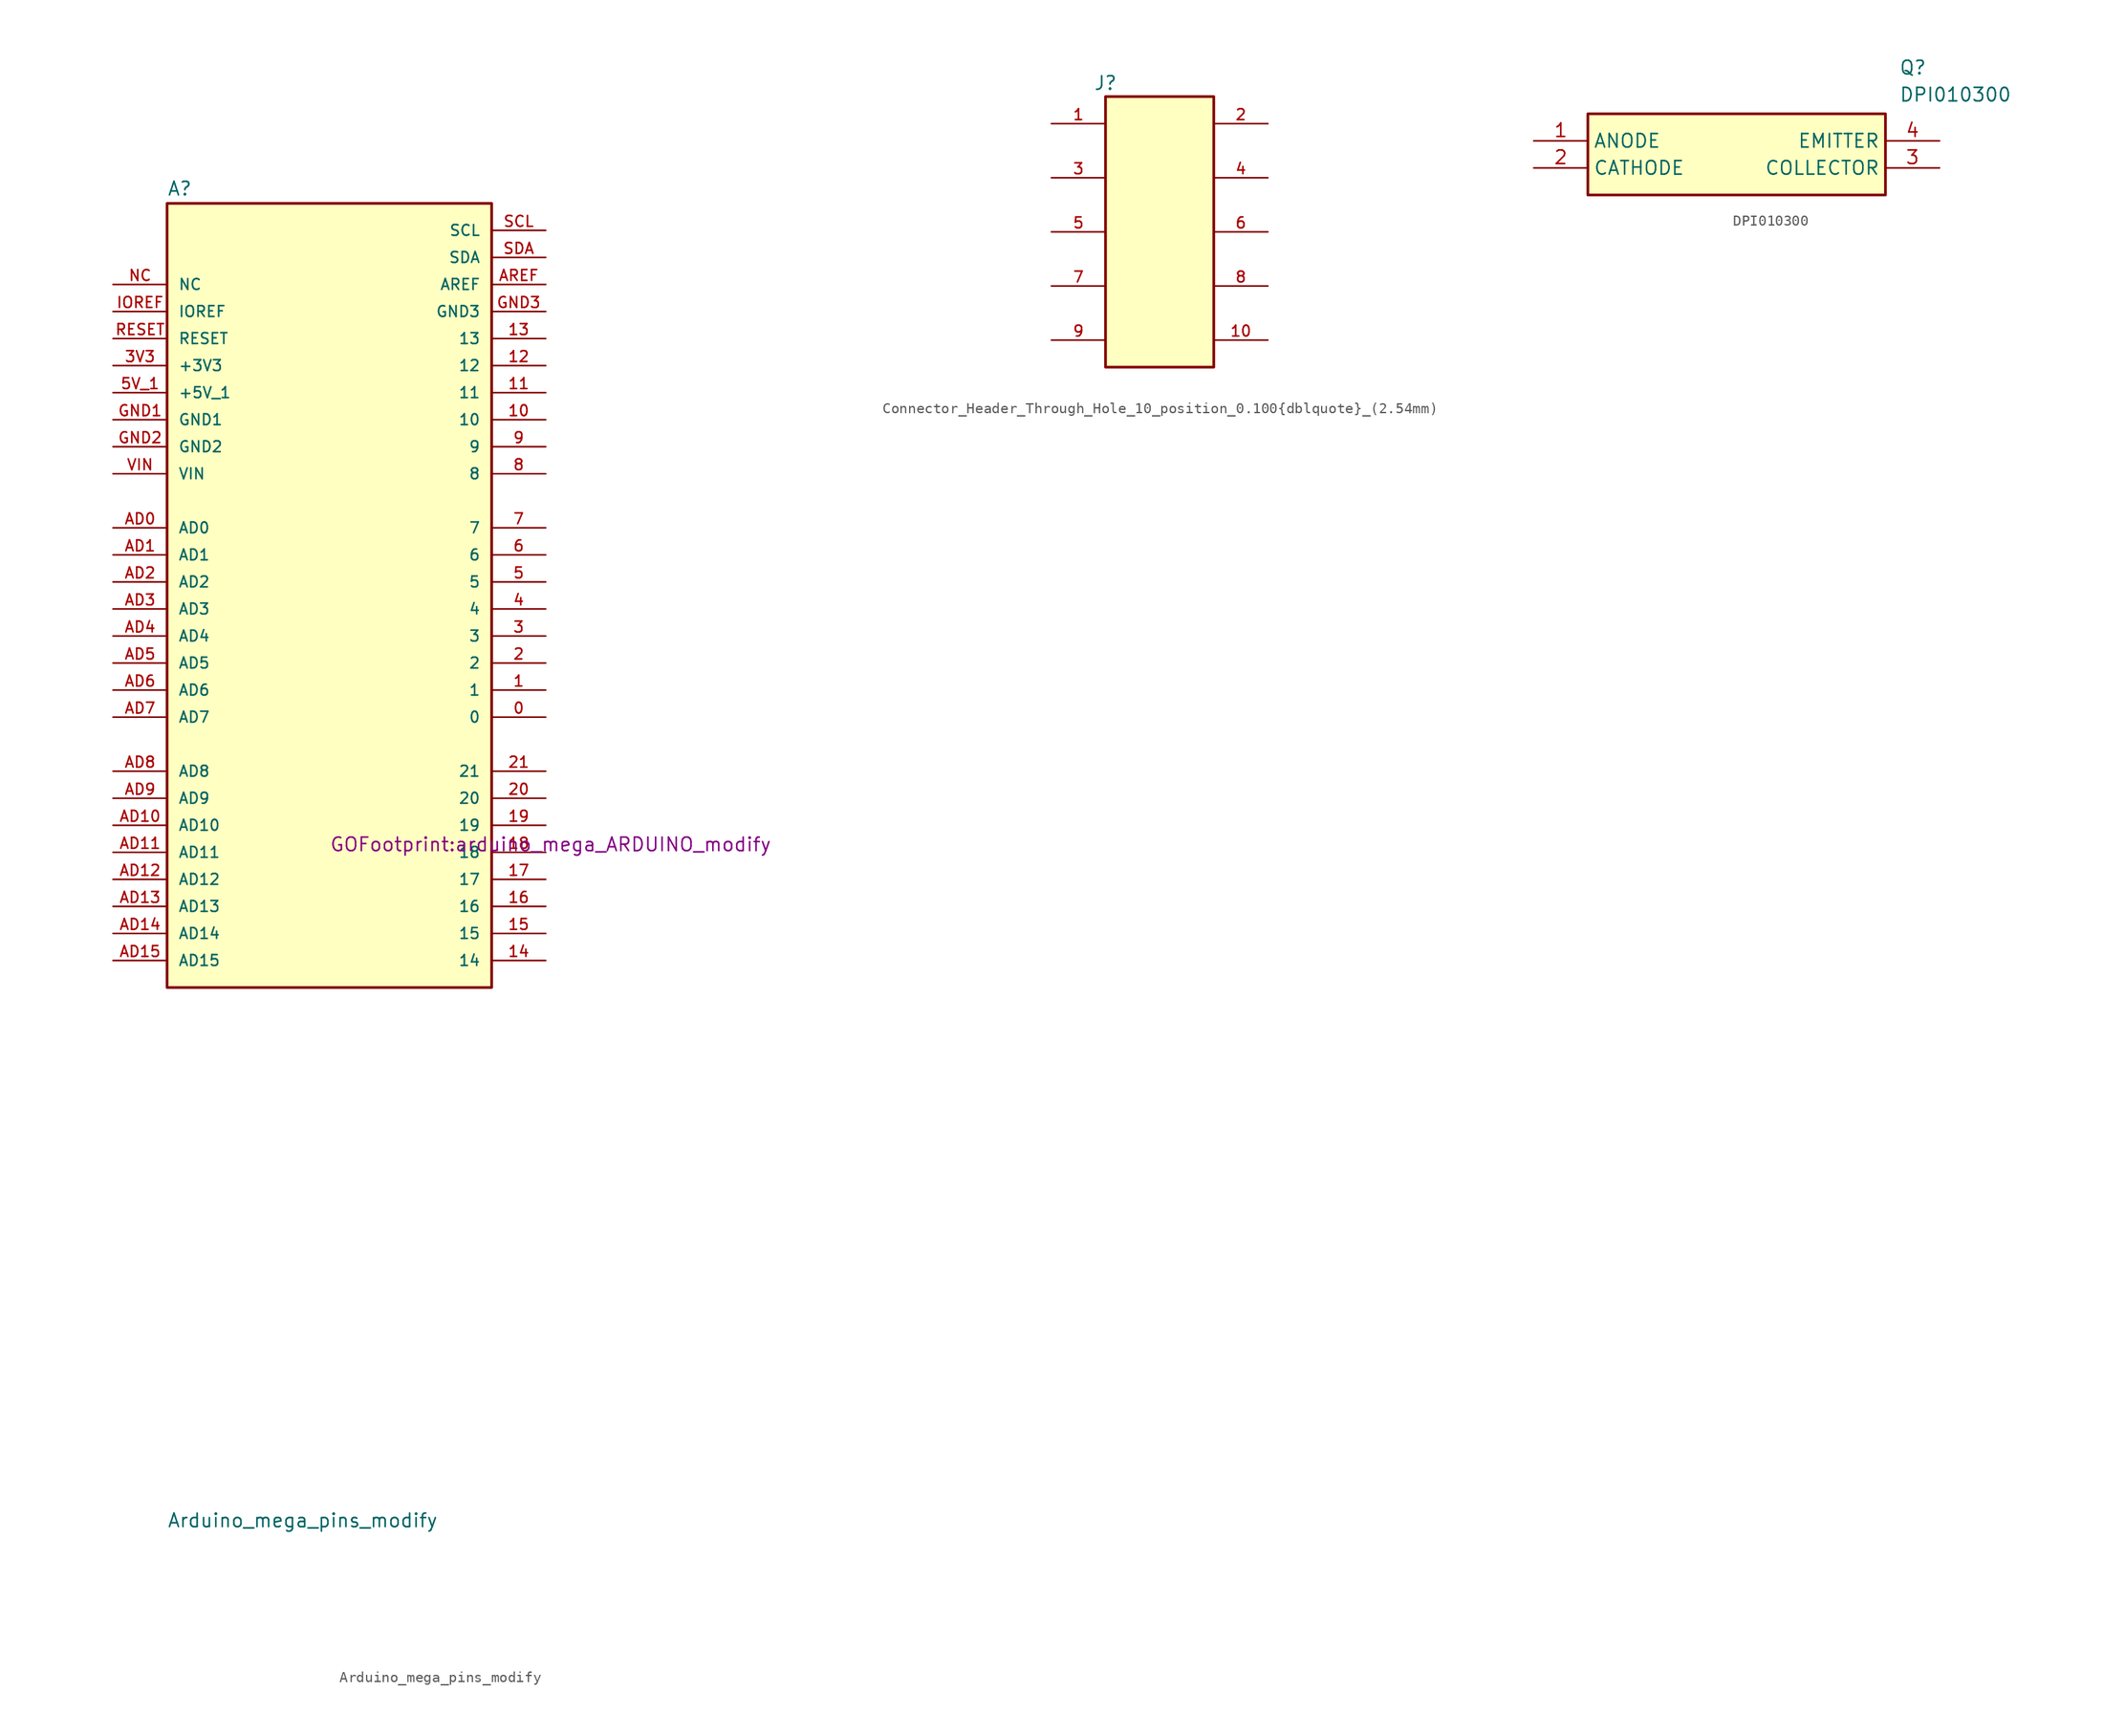
<source format=kicad_sym>
(kicad_symbol_lib
  (version 20241209)
  (generator "kicad_symbol_editor")
  (generator_version "9.0")
  (symbol "Arduino_mega_pins_modify"
    (pin_names
      (offset 1.016))
    (property "Reference" "A"
      (at -15.24 61.595 0)
      (effects (font (size 1.27 1.27)) (justify left bottom)))
    (property "Value" "Arduino_mega_pins_modify"
      (at -15.24 -63.5 0)
      (effects (font (size 1.27 1.27)) (justify left bottom)))
    (property "Footprint" "GOFootprint:arduino_mega_ARDUINO_modify"
      (at 0 0 0)
      (effects (font (size 1.27 1.27)) (justify left bottom)))
    (symbol "Arduino_mega_pins_modify_0_0"
      (rectangle (start -15.24 60.96) (end 15.24 -12.7) (stroke (width 0.254) (type default)) (fill (type background)))
      (pin passive line (at -20.32 53.34 0) (length 5.08) (name "NC" (effects (font (size 1.016 1.016)))) (number "NC" (effects (font (size 1.016 1.016)))))
      (pin passive line (at -20.32 50.8 0) (length 5.08) (name "IOREF" (effects (font (size 1.016 1.016)))) (number "IOREF" (effects (font (size 1.016 1.016)))))
      (pin passive line (at -20.32 48.26 0) (length 5.08) (name "RESET" (effects (font (size 1.016 1.016)))) (number "RESET" (effects (font (size 1.016 1.016)))))
      (pin passive line (at -20.32 45.72 0) (length 5.08) (name "+3V3" (effects (font (size 1.016 1.016)))) (number "3V3" (effects (font (size 1.016 1.016)))))
      (pin passive line (at -20.32 43.18 0) (length 5.08) (name "+5V_1" (effects (font (size 1.016 1.016)))) (number "5V_1" (effects (font (size 1.016 1.016)))))
      (pin passive line (at -20.32 40.64 0) (length 5.08) (name "GND1" (effects (font (size 1.016 1.016)))) (number "GND1" (effects (font (size 1.016 1.016)))))
      (pin passive line (at -20.32 38.1 0) (length 5.08) (name "GND2" (effects (font (size 1.016 1.016)))) (number "GND2" (effects (font (size 1.016 1.016)))))
      (pin passive line (at -20.32 35.56 0) (length 5.08) (name "VIN" (effects (font (size 1.016 1.016)))) (number "VIN" (effects (font (size 1.016 1.016)))))
      (pin passive line (at -20.32 30.48 0) (length 5.08) (name "AD0" (effects (font (size 1.016 1.016)))) (number "AD0" (effects (font (size 1.016 1.016)))))
      (pin passive line (at -20.32 27.94 0) (length 5.08) (name "AD1" (effects (font (size 1.016 1.016)))) (number "AD1" (effects (font (size 1.016 1.016)))))
      (pin passive line (at -20.32 25.4 0) (length 5.08) (name "AD2" (effects (font (size 1.016 1.016)))) (number "AD2" (effects (font (size 1.016 1.016)))))
      (pin passive line (at -20.32 22.86 0) (length 5.08) (name "AD3" (effects (font (size 1.016 1.016)))) (number "AD3" (effects (font (size 1.016 1.016)))))
      (pin passive line (at -20.32 20.32 0) (length 5.08) (name "AD4" (effects (font (size 1.016 1.016)))) (number "AD4" (effects (font (size 1.016 1.016)))))
      (pin passive line (at -20.32 17.78 0) (length 5.08) (name "AD5" (effects (font (size 1.016 1.016)))) (number "AD5" (effects (font (size 1.016 1.016)))))
      (pin passive line (at -20.32 15.24 0) (length 5.08) (name "AD6" (effects (font (size 1.016 1.016)))) (number "AD6" (effects (font (size 1.016 1.016)))))
      (pin passive line (at -20.32 12.7 0) (length 5.08) (name "AD7" (effects (font (size 1.016 1.016)))) (number "AD7" (effects (font (size 1.016 1.016)))))
      (pin passive line (at -20.32 7.62 0) (length 5.08) (name "AD8" (effects (font (size 1.016 1.016)))) (number "AD8" (effects (font (size 1.016 1.016)))))
      (pin passive line (at -20.32 5.08 0) (length 5.08) (name "AD9" (effects (font (size 1.016 1.016)))) (number "AD9" (effects (font (size 1.016 1.016)))))
      (pin passive line (at -20.32 2.54 0) (length 5.08) (name "AD10" (effects (font (size 1.016 1.016)))) (number "AD10" (effects (font (size 1.016 1.016)))))
      (pin passive line (at -20.32 0 0) (length 5.08) (name "AD11" (effects (font (size 1.016 1.016)))) (number "AD11" (effects (font (size 1.016 1.016)))))
      (pin passive line (at -20.32 -2.54 0) (length 5.08) (name "AD12" (effects (font (size 1.016 1.016)))) (number "AD12" (effects (font (size 1.016 1.016)))))
      (pin passive line (at -20.32 -5.08 0) (length 5.08) (name "AD13" (effects (font (size 1.016 1.016)))) (number "AD13" (effects (font (size 1.016 1.016)))))
      (pin passive line (at -20.32 -7.62 0) (length 5.08) (name "AD14" (effects (font (size 1.016 1.016)))) (number "AD14" (effects (font (size 1.016 1.016)))))
      (pin passive line (at -20.32 -10.16 0) (length 5.08) (name "AD15" (effects (font (size 1.016 1.016)))) (number "AD15" (effects (font (size 1.016 1.016)))))
      (pin passive line (at 20.32 58.42 180) (length 5.08) (name "SCL" (effects (font (size 1.016 1.016)))) (number "SCL" (effects (font (size 1.016 1.016)))))
      (pin passive line (at 20.32 55.88 180) (length 5.08) (name "SDA" (effects (font (size 1.016 1.016)))) (number "SDA" (effects (font (size 1.016 1.016)))))
      (pin passive line (at 20.32 53.34 180) (length 5.08) (name "AREF" (effects (font (size 1.016 1.016)))) (number "AREF" (effects (font (size 1.016 1.016)))))
      (pin passive line (at 20.32 50.8 180) (length 5.08) (name "GND3" (effects (font (size 1.016 1.016)))) (number "GND3" (effects (font (size 1.016 1.016)))))
      (pin passive line (at 20.32 48.26 180) (length 5.08) (name "13" (effects (font (size 1.016 1.016)))) (number "13" (effects (font (size 1.016 1.016)))))
      (pin passive line (at 20.32 45.72 180) (length 5.08) (name "12" (effects (font (size 1.016 1.016)))) (number "12" (effects (font (size 1.016 1.016)))))
      (pin passive line (at 20.32 43.18 180) (length 5.08) (name "11" (effects (font (size 1.016 1.016)))) (number "11" (effects (font (size 1.016 1.016)))))
      (pin passive line (at 20.32 40.64 180) (length 5.08) (name "10" (effects (font (size 1.016 1.016)))) (number "10" (effects (font (size 1.016 1.016)))))
      (pin passive line (at 20.32 38.1 180) (length 5.08) (name "9" (effects (font (size 1.016 1.016)))) (number "9" (effects (font (size 1.016 1.016)))))
      (pin passive line (at 20.32 35.56 180) (length 5.08) (name "8" (effects (font (size 1.016 1.016)))) (number "8" (effects (font (size 1.016 1.016)))))
      (pin passive line (at 20.32 30.48 180) (length 5.08) (name "7" (effects (font (size 1.016 1.016)))) (number "7" (effects (font (size 1.016 1.016)))))
      (pin passive line (at 20.32 27.94 180) (length 5.08) (name "6" (effects (font (size 1.016 1.016)))) (number "6" (effects (font (size 1.016 1.016)))))
      (pin passive line (at 20.32 25.4 180) (length 5.08) (name "5" (effects (font (size 1.016 1.016)))) (number "5" (effects (font (size 1.016 1.016)))))
      (pin passive line (at 20.32 22.86 180) (length 5.08) (name "4" (effects (font (size 1.016 1.016)))) (number "4" (effects (font (size 1.016 1.016)))))
      (pin passive line (at 20.32 20.32 180) (length 5.08) (name "3" (effects (font (size 1.016 1.016)))) (number "3" (effects (font (size 1.016 1.016)))))
      (pin passive line (at 20.32 17.78 180) (length 5.08) (name "2" (effects (font (size 1.016 1.016)))) (number "2" (effects (font (size 1.016 1.016)))))
      (pin passive line (at 20.32 15.24 180) (length 5.08) (name "1" (effects (font (size 1.016 1.016)))) (number "1" (effects (font (size 1.016 1.016)))))
      (pin passive line (at 20.32 12.7 180) (length 5.08) (name "0" (effects (font (size 1.016 1.016)))) (number "0" (effects (font (size 1.016 1.016)))))
      (pin passive line (at 20.32 7.62 180) (length 5.08) (name "21" (effects (font (size 1.016 1.016)))) (number "21" (effects (font (size 1.016 1.016)))))
      (pin passive line (at 20.32 5.08 180) (length 5.08) (name "20" (effects (font (size 1.016 1.016)))) (number "20" (effects (font (size 1.016 1.016)))))
      (pin passive line (at 20.32 2.54 180) (length 5.08) (name "19" (effects (font (size 1.016 1.016)))) (number "19" (effects (font (size 1.016 1.016)))))
      (pin passive line (at 20.32 0 180) (length 5.08) (name "18" (effects (font (size 1.016 1.016)))) (number "18" (effects (font (size 1.016 1.016)))))
      (pin passive line (at 20.32 -2.54 180) (length 5.08) (name "17" (effects (font (size 1.016 1.016)))) (number "17" (effects (font (size 1.016 1.016)))))
      (pin passive line (at 20.32 -5.08 180) (length 5.08) (name "16" (effects (font (size 1.016 1.016)))) (number "16" (effects (font (size 1.016 1.016)))))
      (pin passive line (at 20.32 -7.62 180) (length 5.08) (name "15" (effects (font (size 1.016 1.016)))) (number "15" (effects (font (size 1.016 1.016)))))
      (pin passive line (at 20.32 -10.16 180) (length 5.08) (name "14" (effects (font (size 1.016 1.016)))) (number "14" (effects (font (size 1.016 1.016)))))))
  (symbol "Connector_Header_Through_Hole_10_position_0.100{dblquote}_(2.54mm)"
    (property "Reference" "J"
      (at 0 1.27 0)
      (effects (font (size 1.27 1.27))))
    (property "Value" ""
      (at 8.89 0 90)
      (effects (font (size 1.27 1.27))))
    (symbol "Connector_Header_Through_Hole_10_position_0.100{dblquote}_(2.54mm)_0_0"
      (rectangle (start 0 0) (end 10.16 -25.4) (stroke (width 0.254) (type default)) (fill (type background)))
      (pin passive line (at -5.08 -2.54 0) (length 5.08) (name "~" (effects (font (size 1.016 1.016)))) (number "1" (effects (font (size 1.016 1.016)))))
      (pin passive line (at -5.08 -7.62 0) (length 5.08) (name "~" (effects (font (size 1.016 1.016)))) (number "3" (effects (font (size 1.016 1.016)))))
      (pin passive line (at -5.08 -12.7 0) (length 5.08) (name "~" (effects (font (size 1.016 1.016)))) (number "5" (effects (font (size 1.016 1.016)))))
      (pin passive line (at -5.08 -17.78 0) (length 5.08) (name "~" (effects (font (size 1.016 1.016)))) (number "7" (effects (font (size 1.016 1.016)))))
      (pin passive line (at -5.08 -22.86 0) (length 5.08) (name "~" (effects (font (size 1.016 1.016)))) (number "9" (effects (font (size 1.016 1.016)))))
      (pin passive line (at 15.24 -2.54 180) (length 5.08) (name "~" (effects (font (size 1.016 1.016)))) (number "2" (effects (font (size 1.016 1.016)))))
      (pin passive line (at 15.24 -7.62 180) (length 5.08) (name "~" (effects (font (size 1.016 1.016)))) (number "4" (effects (font (size 1.016 1.016)))))
      (pin passive line (at 15.24 -12.7 180) (length 5.08) (name "~" (effects (font (size 1.016 1.016)))) (number "6" (effects (font (size 1.016 1.016)))))
      (pin passive line (at 15.24 -17.78 180) (length 5.08) (name "~" (effects (font (size 1.016 1.016)))) (number "8" (effects (font (size 1.016 1.016)))))
      (pin passive line (at 15.24 -22.86 180) (length 5.08) (name "~" (effects (font (size 1.016 1.016)))) (number "10" (effects (font (size 1.016 1.016)))))))
  (symbol "DPI010300"
    (property "Reference" "Q"
      (at 34.29 7.62 0)
      (effects (font (size 1.27 1.27)) (justify left top)))
    (property "Value" "DPI010300"
      (at 34.29 5.08 0)
      (effects (font (size 1.27 1.27)) (justify left top)))
    (symbol "DPI010300_1_1"
      (rectangle (start 5.08 2.54) (end 33.02 -5.08) (stroke (width 0.254) (type default)) (fill (type background)))
      (pin passive line (at 0 0 0) (length 5.08) (name "ANODE" (effects (font (size 1.27 1.27)))) (number "1" (effects (font (size 1.27 1.27)))))
      (pin passive line (at 0 -2.54 0) (length 5.08) (name "CATHODE" (effects (font (size 1.27 1.27)))) (number "2" (effects (font (size 1.27 1.27)))))
      (pin passive line (at 38.1 0 180) (length 5.08) (name "EMITTER" (effects (font (size 1.27 1.27)))) (number "4" (effects (font (size 1.27 1.27)))))
      (pin passive line (at 38.1 -2.54 180) (length 5.08) (name "COLLECTOR" (effects (font (size 1.27 1.27)))) (number "3" (effects (font (size 1.27 1.27))))))))
</source>
